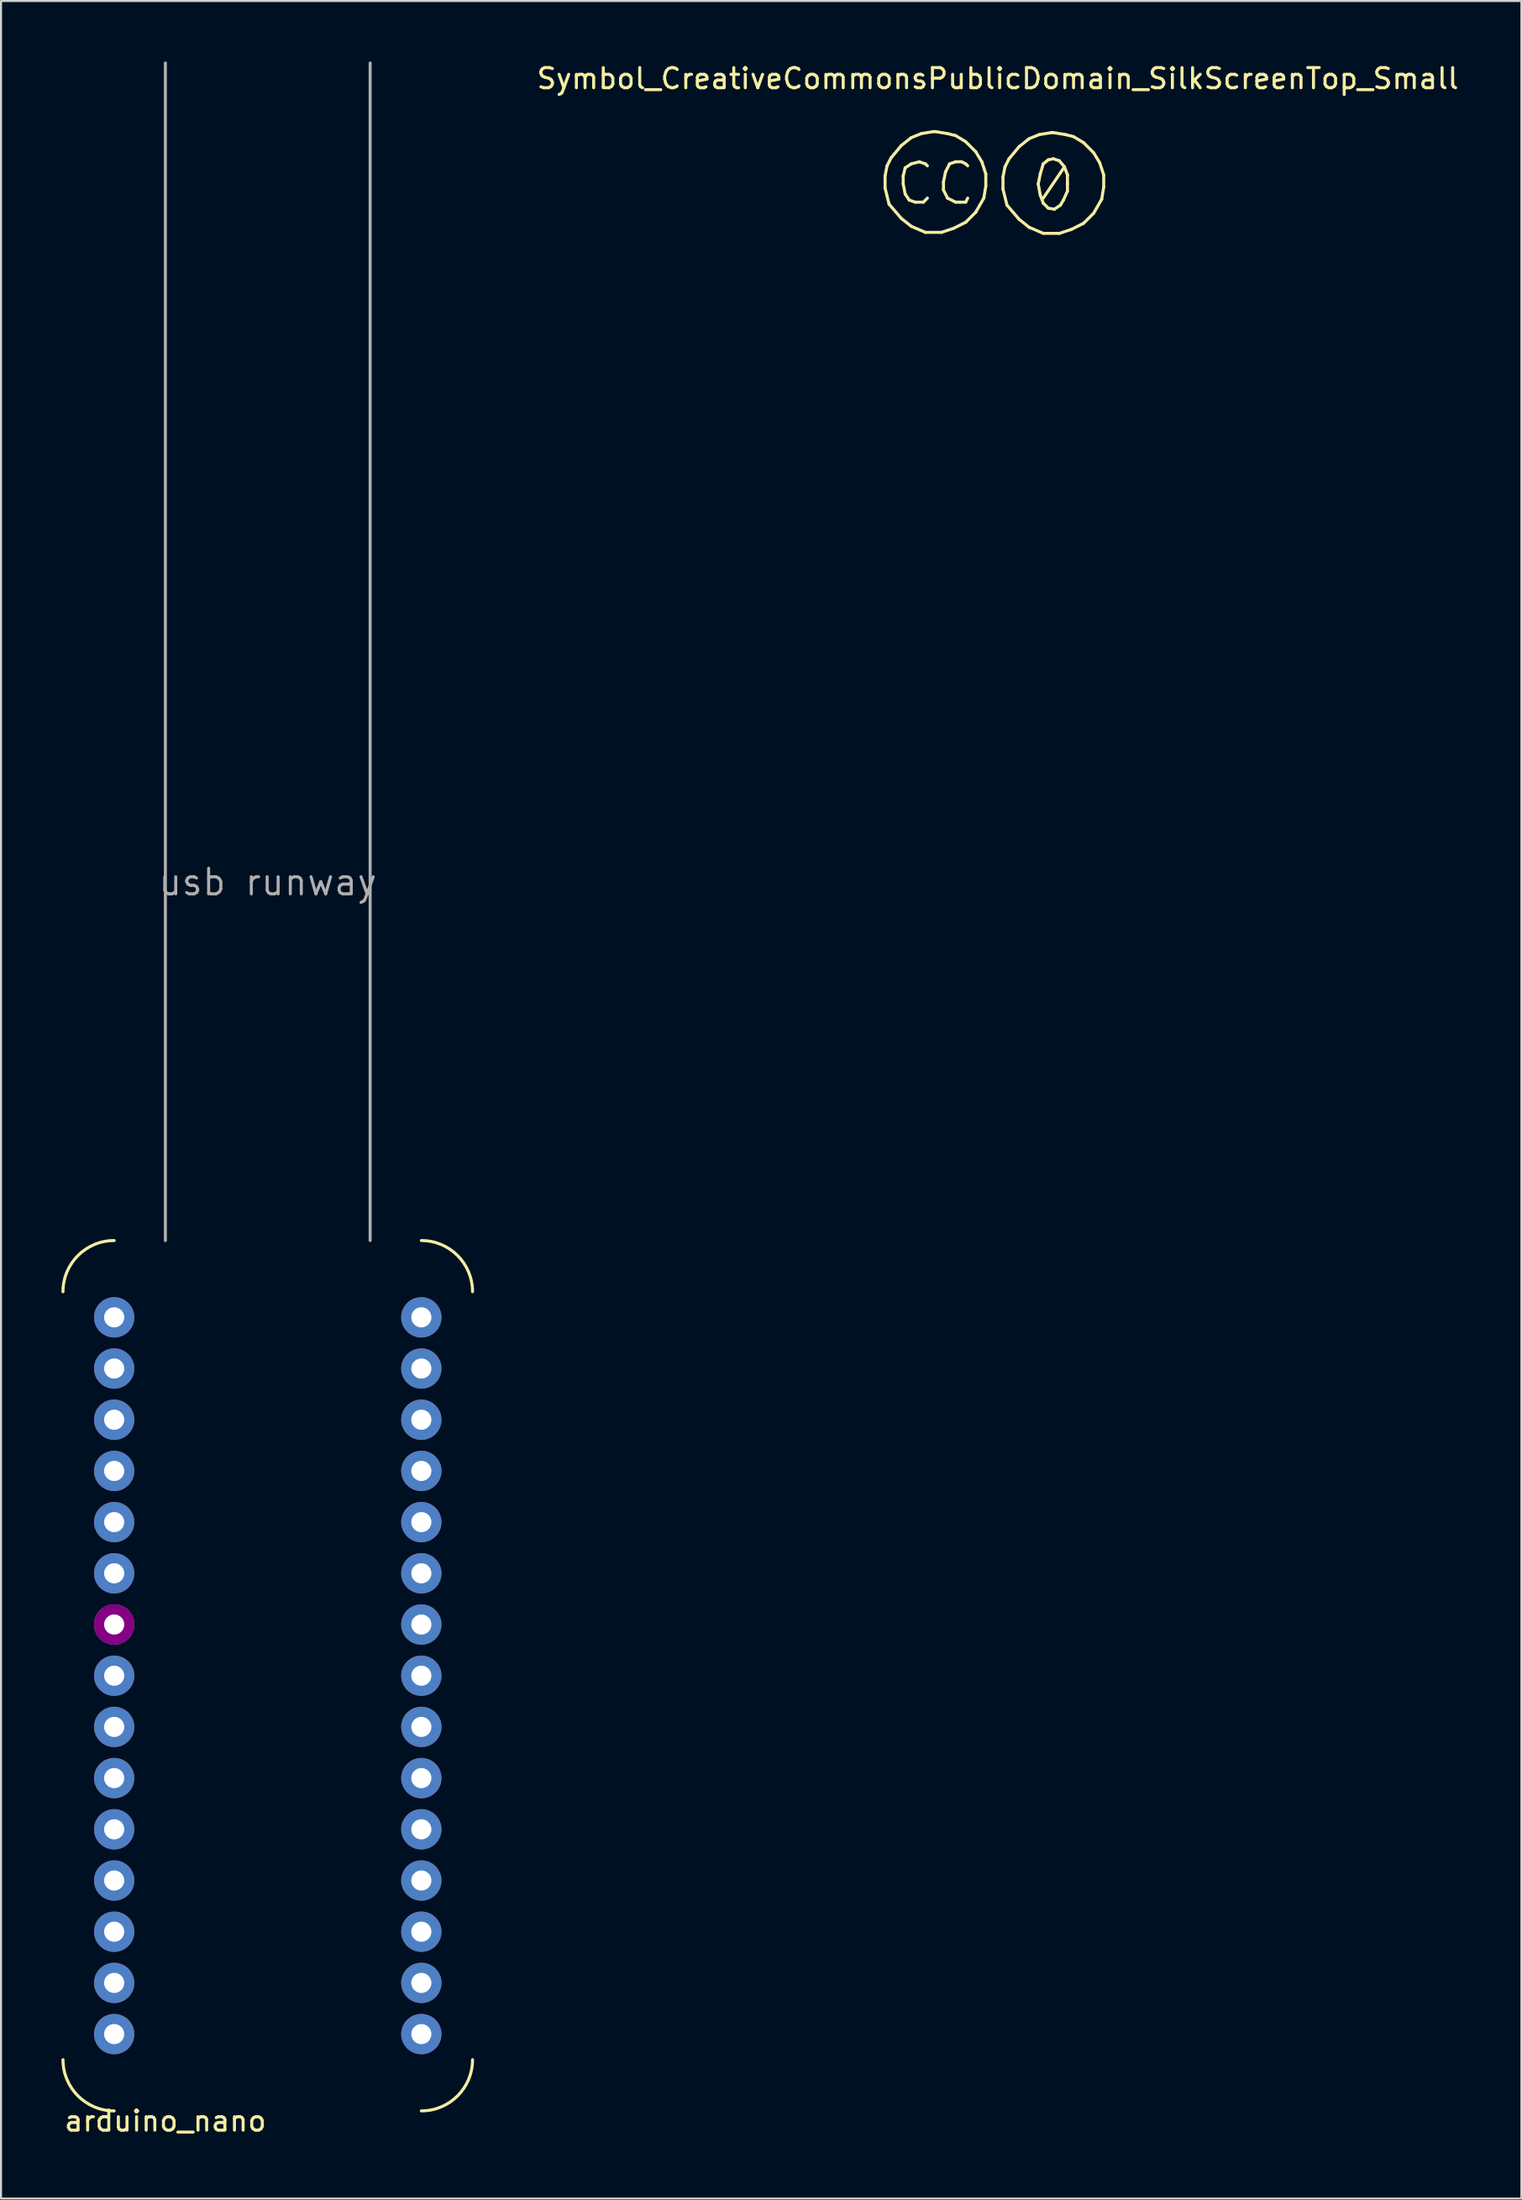
<source format=kicad_pcb>
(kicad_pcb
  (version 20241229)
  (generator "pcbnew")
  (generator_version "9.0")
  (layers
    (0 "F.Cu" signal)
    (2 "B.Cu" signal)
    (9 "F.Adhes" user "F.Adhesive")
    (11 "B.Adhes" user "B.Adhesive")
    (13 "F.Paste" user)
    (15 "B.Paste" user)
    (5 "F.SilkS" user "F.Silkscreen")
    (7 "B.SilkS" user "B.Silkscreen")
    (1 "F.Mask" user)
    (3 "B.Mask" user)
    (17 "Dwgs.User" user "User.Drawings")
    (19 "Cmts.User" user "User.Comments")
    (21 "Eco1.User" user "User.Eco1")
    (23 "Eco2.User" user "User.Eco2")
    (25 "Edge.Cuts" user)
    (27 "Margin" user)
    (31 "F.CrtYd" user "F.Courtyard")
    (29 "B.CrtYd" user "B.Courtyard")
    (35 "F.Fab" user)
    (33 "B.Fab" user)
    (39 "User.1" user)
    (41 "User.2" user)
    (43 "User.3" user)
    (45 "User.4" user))
  (footprint "arduino_nano"
    (layer "F.Cu")
    (at 2.615 96.595)
    (property "Reference" "arduino_nano" (at 2.54 5.58 0) (layer "F.SilkS") (effects (font (size 1 1) (thickness 0.15))))
    (attr through_hole)
    (fp_arc (start -2.54 -35.56) (mid -1.796051 -37.356051) (end 0 -38.1) (stroke (width 0.15) (type solid)) (layer "F.SilkS"))
    (fp_arc (start 0 5.08) (mid -1.796051 4.336051) (end -2.54 2.54) (stroke (width 0.15) (type solid)) (layer "F.SilkS"))
    (fp_arc (start 15.24 -38.1) (mid 17.036051 -37.356051) (end 17.78 -35.56) (stroke (width 0.15) (type solid)) (layer "F.SilkS"))
    (fp_arc (start 17.78 2.54) (mid 17.036051 4.336051) (end 15.24 5.08) (stroke (width 0.15) (type solid)) (layer "F.SilkS"))
    (fp_line (start 2.54 -38.1) (end 2.54 -96.52) (stroke (width 0.15) (type solid)) (layer "F.Fab"))
    (fp_line (start 12.7 -38.1) (end 12.7 -96.52) (stroke (width 0.15) (type solid)) (layer "F.Fab"))
    (fp_text user "usb runway" (at 7.62 -55.88 0) (layer "F.Fab") (effects (font (size 1.27 1.27) (thickness 0.15))))
    (pad "1" thru_hole circle (at 0 -34.29) (size 2 2) (drill 1) (layers "*.Cu" "*.Mask"))
    (pad "2" thru_hole circle (at 0 -31.75) (size 2 2) (drill 1) (layers "*.Cu" "*.Mask"))
    (pad "3" thru_hole circle (at 0 -29.21) (size 2 2) (drill 1) (layers "*.Cu" "*.Mask"))
    (pad "4" thru_hole circle (at 0 -26.67) (size 2 2) (drill 1) (layers "*.Cu" "*.Mask"))
    (pad "5" thru_hole circle (at 0 -24.13) (size 2 2) (drill 1) (layers "*.Cu" "*.Mask"))
    (pad "6" thru_hole circle (at 0 -21.59) (size 2 2) (drill 1) (layers "*.Cu" "*.Mask"))
    (pad "7" thru_hole circle (at 0 -19.05) (size 2 2) (drill 1) (layers "*.Cu" "*.Mask" "F.Adhes"))
    (pad "8" thru_hole circle (at 0 -16.51) (size 2 2) (drill 1) (layers "*.Cu" "*.Mask"))
    (pad "9" thru_hole circle (at 0 -13.97) (size 2 2) (drill 1) (layers "*.Cu" "*.Mask"))
    (pad "10" thru_hole circle (at 0 -11.43) (size 2 2) (drill 1) (layers "*.Cu" "*.Mask"))
    (pad "11" thru_hole circle (at 0 -8.89) (size 2 2) (drill 1) (layers "*.Cu" "*.Mask"))
    (pad "12" thru_hole circle (at 0 -6.35) (size 2 2) (drill 1) (layers "*.Cu" "*.Mask"))
    (pad "13" thru_hole circle (at 0 -3.81) (size 2 2) (drill 1) (layers "*.Cu" "*.Mask"))
    (pad "14" thru_hole circle (at 0 -1.27) (size 2 2) (drill 1) (layers "*.Cu" "*.Mask"))
    (pad "15" thru_hole circle (at 0 1.27) (size 2 2) (drill 1) (layers "*.Cu" "*.Mask"))
    (pad "16" thru_hole circle (at 15.24 -34.29) (size 2 2) (drill 1) (layers "*.Cu" "*.Mask"))
    (pad "17" thru_hole circle (at 15.24 -31.75) (size 2 2) (drill 1) (layers "*.Cu" "*.Mask"))
    (pad "18" thru_hole circle (at 15.24 -29.21) (size 2 2) (drill 1) (layers "*.Cu" "*.Mask"))
    (pad "19" thru_hole circle (at 15.24 -26.67) (size 2 2) (drill 1) (layers "*.Cu" "*.Mask"))
    (pad "20" thru_hole circle (at 15.24 -24.13) (size 2 2) (drill 1) (layers "*.Cu" "*.Mask"))
    (pad "21" thru_hole circle (at 15.24 -21.59) (size 2 2) (drill 1) (layers "*.Cu" "*.Mask"))
    (pad "22" thru_hole circle (at 15.24 -19.05) (size 2 2) (drill 1) (layers "*.Cu" "*.Mask"))
    (pad "23" thru_hole circle (at 15.24 -16.51) (size 2 2) (drill 1) (layers "*.Cu" "*.Mask"))
    (pad "24" thru_hole circle (at 15.24 -13.97) (size 2 2) (drill 1) (layers "*.Cu" "*.Mask"))
    (pad "25" thru_hole circle (at 15.24 -11.43) (size 2 2) (drill 1) (layers "*.Cu" "*.Mask"))
    (pad "26" thru_hole circle (at 15.24 -8.89) (size 2 2) (drill 1) (layers "*.Cu" "*.Mask"))
    (pad "27" thru_hole circle (at 15.24 -6.35) (size 2 2) (drill 1) (layers "*.Cu" "*.Mask"))
    (pad "28" thru_hole circle (at 15.24 -3.81) (size 2 2) (drill 1) (layers "*.Cu" "*.Mask"))
    (pad "29" thru_hole circle (at 15.24 -1.27) (size 2 2) (drill 1) (layers "*.Cu" "*.Mask"))
    (pad "30" thru_hole circle (at 15.24 1.27) (size 2 2) (drill 1) (layers "*.Cu" "*.Mask")))
  (footprint "Symbol_CreativeCommonsPublicDomain_SilkScreenTop_Small"
    (layer "F.Cu")
    (at 62.962 5.928)
    (property "Reference" "Symbol_CreativeCommonsPublicDomain_SilkScreenTop_Small" (at -16.51 -5.08 0) (layer "F.SilkS") (effects (font (size 1 1) (thickness 0.15))))
    (attr through_hole)
    (fp_line (start -22.099 -0.25) (end -22.099 0.35) (stroke (width 0.15) (type solid)) (layer "F.SilkS"))
    (fp_line (start -22.099 0.35) (end -21.901 1.15) (stroke (width 0.15) (type solid)) (layer "F.SilkS"))
    (fp_line (start -22 -0.75) (end -22.099 -0.25) (stroke (width 0.15) (type solid)) (layer "F.SilkS"))
    (fp_line (start -21.901 1.15) (end -21.299 1.851) (stroke (width 0.15) (type solid)) (layer "F.SilkS"))
    (fp_line (start -21.8 -1.149) (end -22 -0.75) (stroke (width 0.15) (type solid)) (layer "F.SilkS"))
    (fp_line (start -21.299 -1.751) (end -21.8 -1.149) (stroke (width 0.15) (type solid)) (layer "F.SilkS"))
    (fp_line (start -21.299 1.851) (end -20.799 2.25) (stroke (width 0.15) (type solid)) (layer "F.SilkS"))
    (fp_line (start -21.2 -0.25) (end -21.2 0.149) (stroke (width 0.15) (type solid)) (layer "F.SilkS"))
    (fp_line (start -21.2 0.149) (end -21.101 0.649) (stroke (width 0.15) (type solid)) (layer "F.SilkS"))
    (fp_line (start -21.101 -0.651) (end -21.2 -0.25) (stroke (width 0.15) (type solid)) (layer "F.SilkS"))
    (fp_line (start -21.101 0.649) (end -20.9 0.949) (stroke (width 0.15) (type solid)) (layer "F.SilkS"))
    (fp_line (start -20.9 0.949) (end -20.601 1.051) (stroke (width 0.15) (type solid)) (layer "F.SilkS"))
    (fp_line (start -20.799 -2.15) (end -21.299 -1.751) (stroke (width 0.15) (type solid)) (layer "F.SilkS"))
    (fp_line (start -20.799 -0.849) (end -21.101 -0.651) (stroke (width 0.15) (type solid)) (layer "F.SilkS"))
    (fp_line (start -20.799 2.25) (end -20.1 2.549) (stroke (width 0.15) (type solid)) (layer "F.SilkS"))
    (fp_line (start -20.601 1.051) (end -20.199 1.051) (stroke (width 0.15) (type solid)) (layer "F.SilkS"))
    (fp_line (start -20.4 -0.951) (end -20.799 -0.849) (stroke (width 0.15) (type solid)) (layer "F.SilkS"))
    (fp_line (start -20.301 -2.35) (end -20.799 -2.15) (stroke (width 0.15) (type solid)) (layer "F.SilkS"))
    (fp_line (start -20.199 1.051) (end -19.999 0.85) (stroke (width 0.15) (type solid)) (layer "F.SilkS"))
    (fp_line (start -20.1 -0.849) (end -20.4 -0.951) (stroke (width 0.15) (type solid)) (layer "F.SilkS"))
    (fp_line (start -20.1 2.549) (end -19.3 2.549) (stroke (width 0.15) (type solid)) (layer "F.SilkS"))
    (fp_line (start -19.999 -0.75) (end -20.1 -0.849) (stroke (width 0.15) (type solid)) (layer "F.SilkS"))
    (fp_line (start -19.699 -2.449) (end -20.301 -2.35) (stroke (width 0.15) (type solid)) (layer "F.SilkS"))
    (fp_line (start -19.6 -2.449) (end -19.699 -2.449) (stroke (width 0.15) (type solid)) (layer "F.SilkS"))
    (fp_line (start -19.3 2.549) (end -18.701 2.351) (stroke (width 0.15) (type solid)) (layer "F.SilkS"))
    (fp_line (start -19.201 0.05) (end -19.201 0.449) (stroke (width 0.15) (type solid)) (layer "F.SilkS"))
    (fp_line (start -19.201 0.449) (end -19.001 0.85) (stroke (width 0.15) (type solid)) (layer "F.SilkS"))
    (fp_line (start -19.1 -0.45) (end -19.201 0.05) (stroke (width 0.15) (type solid)) (layer "F.SilkS"))
    (fp_line (start -19.001 -2.35) (end -19.6 -2.449) (stroke (width 0.15) (type solid)) (layer "F.SilkS"))
    (fp_line (start -19.001 0.85) (end -18.599 1.051) (stroke (width 0.15) (type solid)) (layer "F.SilkS"))
    (fp_line (start -18.899 -0.849) (end -19.1 -0.45) (stroke (width 0.15) (type solid)) (layer "F.SilkS"))
    (fp_line (start -18.701 2.351) (end -18.099 2.049) (stroke (width 0.15) (type solid)) (layer "F.SilkS"))
    (fp_line (start -18.599 -2.251) (end -19.001 -2.35) (stroke (width 0.15) (type solid)) (layer "F.SilkS"))
    (fp_line (start -18.599 -0.951) (end -18.899 -0.849) (stroke (width 0.15) (type solid)) (layer "F.SilkS"))
    (fp_line (start -18.599 1.051) (end -18.401 1.051) (stroke (width 0.15) (type solid)) (layer "F.SilkS"))
    (fp_line (start -18.401 1.051) (end -18.099 1.051) (stroke (width 0.15) (type solid)) (layer "F.SilkS"))
    (fp_line (start -18.3 -0.951) (end -18.599 -0.951) (stroke (width 0.15) (type solid)) (layer "F.SilkS"))
    (fp_line (start -18.099 -1.949) (end -18.599 -2.251) (stroke (width 0.15) (type solid)) (layer "F.SilkS"))
    (fp_line (start -18.099 -0.849) (end -18.3 -0.951) (stroke (width 0.15) (type solid)) (layer "F.SilkS"))
    (fp_line (start -18.099 1.051) (end -18 0.85) (stroke (width 0.15) (type solid)) (layer "F.SilkS"))
    (fp_line (start -18.099 2.049) (end -17.601 1.551) (stroke (width 0.15) (type solid)) (layer "F.SilkS"))
    (fp_line (start -18 -0.75) (end -18.099 -0.849) (stroke (width 0.15) (type solid)) (layer "F.SilkS"))
    (fp_line (start -17.601 -1.451) (end -18.099 -1.949) (stroke (width 0.15) (type solid)) (layer "F.SilkS"))
    (fp_line (start -17.601 1.551) (end -17.2 0.85) (stroke (width 0.15) (type solid)) (layer "F.SilkS"))
    (fp_line (start -17.299 -0.951) (end -17.601 -1.451) (stroke (width 0.15) (type solid)) (layer "F.SilkS"))
    (fp_line (start -17.2 0.85) (end -17.101 0.251) (stroke (width 0.15) (type solid)) (layer "F.SilkS"))
    (fp_line (start -17.101 -0.349) (end -17.299 -0.951) (stroke (width 0.15) (type solid)) (layer "F.SilkS"))
    (fp_line (start -17.101 0.251) (end -17.101 -0.349) (stroke (width 0.15) (type solid)) (layer "F.SilkS"))
    (fp_line (start -16.249 -0.2) (end -16.249 0.4) (stroke (width 0.15) (type solid)) (layer "F.SilkS"))
    (fp_line (start -16.249 0.4) (end -16.051 1.2) (stroke (width 0.15) (type solid)) (layer "F.SilkS"))
    (fp_line (start -16.15 -0.7) (end -16.249 -0.2) (stroke (width 0.15) (type solid)) (layer "F.SilkS"))
    (fp_line (start -16.051 1.2) (end -15.449 1.901) (stroke (width 0.15) (type solid)) (layer "F.SilkS"))
    (fp_line (start -15.95 -1.099) (end -16.15 -0.7) (stroke (width 0.15) (type solid)) (layer "F.SilkS"))
    (fp_line (start -15.449 -1.701) (end -15.95 -1.099) (stroke (width 0.15) (type solid)) (layer "F.SilkS"))
    (fp_line (start -15.449 1.901) (end -14.949 2.3) (stroke (width 0.15) (type solid)) (layer "F.SilkS"))
    (fp_line (start -14.949 -2.1) (end -15.449 -1.701) (stroke (width 0.15) (type solid)) (layer "F.SilkS"))
    (fp_line (start -14.949 2.3) (end -14.25 2.599) (stroke (width 0.15) (type solid)) (layer "F.SilkS"))
    (fp_line (start -14.5 0.15) (end -14.4 -0.35) (stroke (width 0.15) (type solid)) (layer "F.SilkS"))
    (fp_line (start -14.451 -2.3) (end -14.949 -2.1) (stroke (width 0.15) (type solid)) (layer "F.SilkS"))
    (fp_line (start -14.4 -0.35) (end -14.25 -0.85) (stroke (width 0.15) (type solid)) (layer "F.SilkS"))
    (fp_line (start -14.4 0.7) (end -14.5 0.15) (stroke (width 0.15) (type solid)) (layer "F.SilkS"))
    (fp_line (start -14.25 2.599) (end -13.45 2.599) (stroke (width 0.15) (type solid)) (layer "F.SilkS"))
    (fp_line (start -14.25 -0.85) (end -14 -1.05) (stroke (width 0.15) (type solid)) (layer "F.SilkS"))
    (fp_line (start -14.25 1.1) (end -14.4 0.7) (stroke (width 0.15) (type solid)) (layer "F.SilkS"))
    (fp_line (start -14 -1.05) (end -13.75 -1.1) (stroke (width 0.15) (type solid)) (layer "F.SilkS"))
    (fp_line (start -14 1.35) (end -14.25 1.1) (stroke (width 0.15) (type solid)) (layer "F.SilkS"))
    (fp_line (start -13.849 -2.399) (end -14.451 -2.3) (stroke (width 0.15) (type solid)) (layer "F.SilkS"))
    (fp_line (start -13.75 -2.399) (end -13.849 -2.399) (stroke (width 0.15) (type solid)) (layer "F.SilkS"))
    (fp_line (start -13.75 -1.1) (end -13.45 -1) (stroke (width 0.15) (type solid)) (layer "F.SilkS"))
    (fp_line (start -13.7 1.4) (end -14 1.35) (stroke (width 0.15) (type solid)) (layer "F.SilkS"))
    (fp_line (start -13.45 2.599) (end -12.851 2.401) (stroke (width 0.15) (type solid)) (layer "F.SilkS"))
    (fp_line (start -13.45 -1) (end -13.2 -0.7) (stroke (width 0.15) (type solid)) (layer "F.SilkS"))
    (fp_line (start -13.4 1.2) (end -13.7 1.4) (stroke (width 0.15) (type solid)) (layer "F.SilkS"))
    (fp_line (start -13.25 0.95) (end -13.4 1.2) (stroke (width 0.15) (type solid)) (layer "F.SilkS"))
    (fp_line (start -13.2 -0.7) (end -14.25 0.85) (stroke (width 0.15) (type solid)) (layer "F.SilkS"))
    (fp_line (start -13.2 -0.7) (end -13.05 -0.3) (stroke (width 0.15) (type solid)) (layer "F.SilkS"))
    (fp_line (start -13.151 -2.3) (end -13.75 -2.399) (stroke (width 0.15) (type solid)) (layer "F.SilkS"))
    (fp_line (start -13.05 -0.3) (end -13.05 0.15) (stroke (width 0.15) (type solid)) (layer "F.SilkS"))
    (fp_line (start -13.05 0.15) (end -13.05 0.5) (stroke (width 0.15) (type solid)) (layer "F.SilkS"))
    (fp_line (start -13.05 0.5) (end -13.25 0.95) (stroke (width 0.15) (type solid)) (layer "F.SilkS"))
    (fp_line (start -12.851 2.401) (end -12.249 2.099) (stroke (width 0.15) (type solid)) (layer "F.SilkS"))
    (fp_line (start -12.749 -2.201) (end -13.151 -2.3) (stroke (width 0.15) (type solid)) (layer "F.SilkS"))
    (fp_line (start -12.249 -1.899) (end -12.749 -2.201) (stroke (width 0.15) (type solid)) (layer "F.SilkS"))
    (fp_line (start -12.249 2.099) (end -11.751 1.601) (stroke (width 0.15) (type solid)) (layer "F.SilkS"))
    (fp_line (start -11.751 -1.401) (end -12.249 -1.899) (stroke (width 0.15) (type solid)) (layer "F.SilkS"))
    (fp_line (start -11.751 1.601) (end -11.35 0.9) (stroke (width 0.15) (type solid)) (layer "F.SilkS"))
    (fp_line (start -11.449 -0.901) (end -11.751 -1.401) (stroke (width 0.15) (type solid)) (layer "F.SilkS"))
    (fp_line (start -11.35 0.9) (end -11.251 0.301) (stroke (width 0.15) (type solid)) (layer "F.SilkS"))
    (fp_line (start -11.251 -0.299) (end -11.449 -0.901) (stroke (width 0.15) (type solid)) (layer "F.SilkS"))
    (fp_line (start -11.251 0.301) (end -11.251 -0.299) (stroke (width 0.15) (type solid)) (layer "F.SilkS")))
  (gr_rect
    (start -3 -3)
    (end 72.434 106.023)
    (stroke (width 0.1) (type default))
    (fill no)
    (layer "Edge.Cuts")))
</source>
